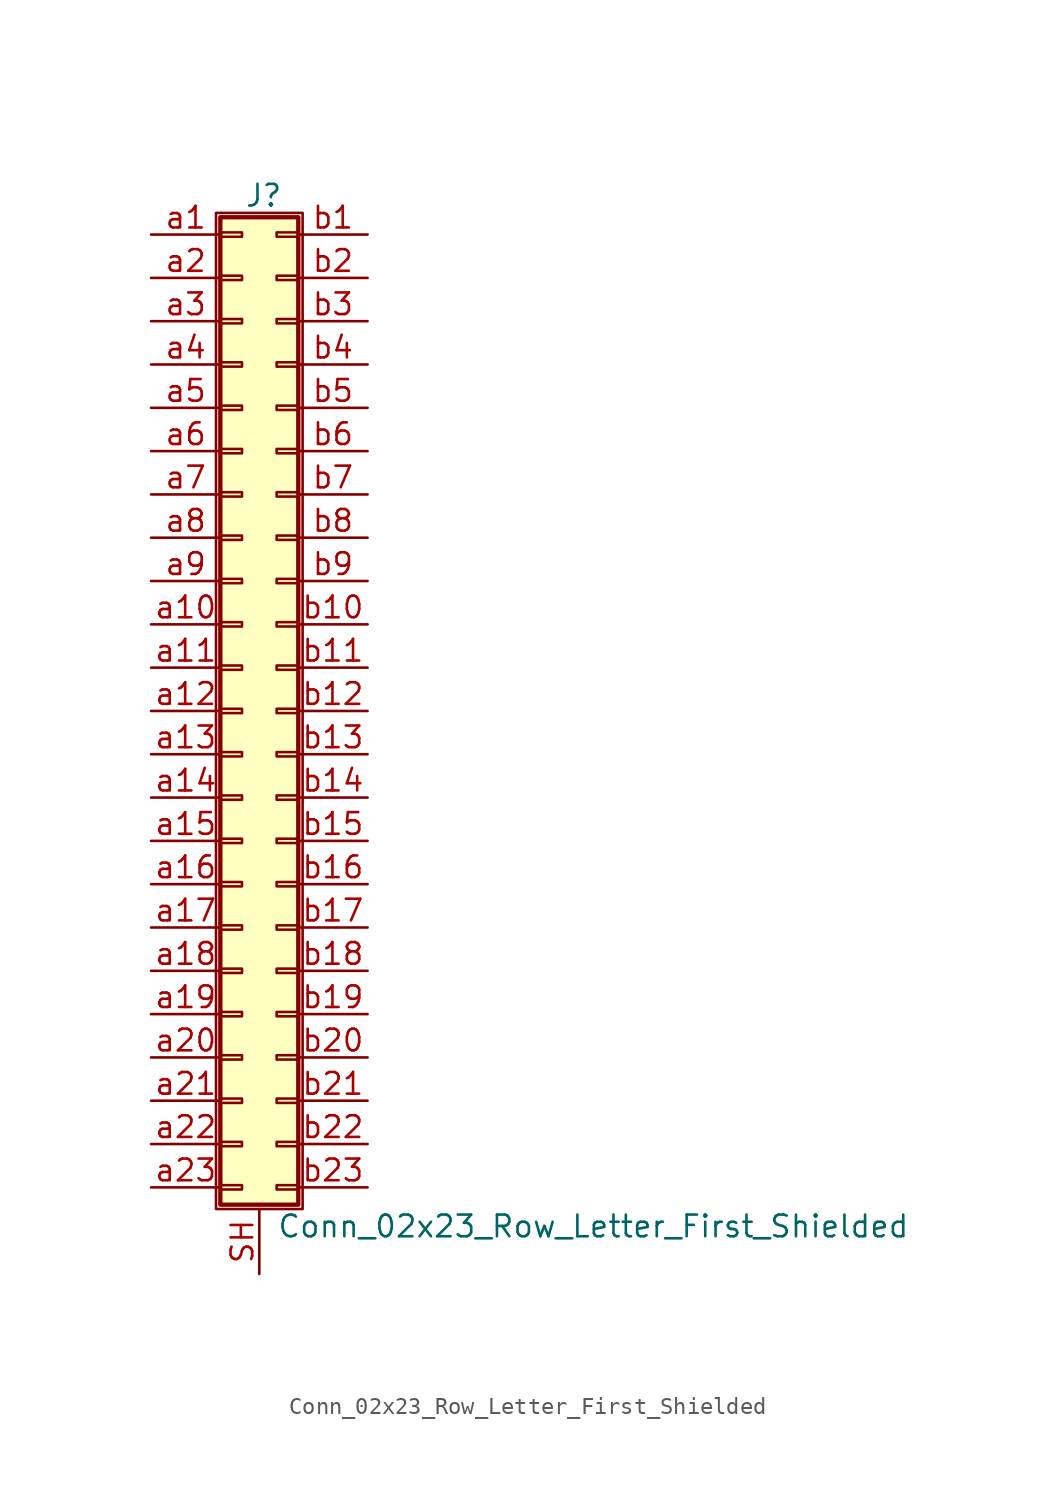
<source format=kicad_sym>
(kicad_symbol_lib
  (version 20201005)
  (generator kicad_symbol_editor)
  (symbol "Conn_02x23_Row_Letter_First_Shielded"
    (pin_names
      (offset 1.016) hide)
    (property "Reference" "J"
      (at 1.524 30.226 0)
      (effects (font (size 1.27 1.27))))
    (property "Value" "Conn_02x23_Row_Letter_First_Shielded"
      (at 2.286 -30.226 0)
      (effects (font (size 1.27 1.27)) (justify left)))
    (symbol "Conn_02x23_Row_Letter_First_Shielded_1_1"
      (rectangle (start -1.27 29.21) (end 3.81 -29.21) (stroke (width 0.152)) (fill (type none)))
      (rectangle (start -1.016 -27.813) (end 0.254 -28.067) (stroke (width 0.152)) (fill (type none)))
      (rectangle (start -1.016 -25.273) (end 0.254 -25.527) (stroke (width 0.152)) (fill (type none)))
      (rectangle (start -1.016 -22.733) (end 0.254 -22.987) (stroke (width 0.152)) (fill (type none)))
      (rectangle (start -1.016 -20.193) (end 0.254 -20.447) (stroke (width 0.152)) (fill (type none)))
      (rectangle (start -1.016 -17.653) (end 0.254 -17.907) (stroke (width 0.152)) (fill (type none)))
      (rectangle (start -1.016 -15.113) (end 0.254 -15.367) (stroke (width 0.152)) (fill (type none)))
      (rectangle (start -1.016 -12.573) (end 0.254 -12.827) (stroke (width 0.152)) (fill (type none)))
      (rectangle (start -1.016 -10.033) (end 0.254 -10.287) (stroke (width 0.152)) (fill (type none)))
      (rectangle (start -1.016 -7.493) (end 0.254 -7.747) (stroke (width 0.152)) (fill (type none)))
      (rectangle (start -1.016 -4.953) (end 0.254 -5.207) (stroke (width 0.152)) (fill (type none)))
      (rectangle (start -1.016 -2.413) (end 0.254 -2.667) (stroke (width 0.152)) (fill (type none)))
      (rectangle (start -1.016 0.127) (end 0.254 -0.127) (stroke (width 0.152)) (fill (type none)))
      (rectangle (start -1.016 2.667) (end 0.254 2.413) (stroke (width 0.152)) (fill (type none)))
      (rectangle (start -1.016 5.207) (end 0.254 4.953) (stroke (width 0.152)) (fill (type none)))
      (rectangle (start -1.016 7.747) (end 0.254 7.493) (stroke (width 0.152)) (fill (type none)))
      (rectangle (start -1.016 10.287) (end 0.254 10.033) (stroke (width 0.152)) (fill (type none)))
      (rectangle (start -1.016 12.827) (end 0.254 12.573) (stroke (width 0.152)) (fill (type none)))
      (rectangle (start -1.016 15.367) (end 0.254 15.113) (stroke (width 0.152)) (fill (type none)))
      (rectangle (start -1.016 17.907) (end 0.254 17.653) (stroke (width 0.152)) (fill (type none)))
      (rectangle (start -1.016 20.447) (end 0.254 20.193) (stroke (width 0.152)) (fill (type none)))
      (rectangle (start -1.016 22.987) (end 0.254 22.733) (stroke (width 0.152)) (fill (type none)))
      (rectangle (start -1.016 25.527) (end 0.254 25.273) (stroke (width 0.152)) (fill (type none)))
      (rectangle (start -1.016 28.067) (end 0.254 27.813) (stroke (width 0.152)) (fill (type none)))
      (rectangle (start 3.556 -27.813) (end 2.286 -28.067) (stroke (width 0.152)) (fill (type none)))
      (rectangle (start 3.556 -25.273) (end 2.286 -25.527) (stroke (width 0.152)) (fill (type none)))
      (rectangle (start 3.556 -22.733) (end 2.286 -22.987) (stroke (width 0.152)) (fill (type none)))
      (rectangle (start 3.556 -20.193) (end 2.286 -20.447) (stroke (width 0.152)) (fill (type none)))
      (rectangle (start 3.556 -17.653) (end 2.286 -17.907) (stroke (width 0.152)) (fill (type none)))
      (rectangle (start 3.556 -15.113) (end 2.286 -15.367) (stroke (width 0.152)) (fill (type none)))
      (rectangle (start 3.556 -12.573) (end 2.286 -12.827) (stroke (width 0.152)) (fill (type none)))
      (rectangle (start 3.556 -10.033) (end 2.286 -10.287) (stroke (width 0.152)) (fill (type none)))
      (rectangle (start 3.556 -7.493) (end 2.286 -7.747) (stroke (width 0.152)) (fill (type none)))
      (rectangle (start 3.556 -4.953) (end 2.286 -5.207) (stroke (width 0.152)) (fill (type none)))
      (rectangle (start 3.556 -2.413) (end 2.286 -2.667) (stroke (width 0.152)) (fill (type none)))
      (rectangle (start 3.556 0.127) (end 2.286 -0.127) (stroke (width 0.152)) (fill (type none)))
      (rectangle (start 3.556 2.667) (end 2.286 2.413) (stroke (width 0.152)) (fill (type none)))
      (rectangle (start 3.556 5.207) (end 2.286 4.953) (stroke (width 0.152)) (fill (type none)))
      (rectangle (start 3.556 7.747) (end 2.286 7.493) (stroke (width 0.152)) (fill (type none)))
      (rectangle (start 3.556 10.287) (end 2.286 10.033) (stroke (width 0.152)) (fill (type none)))
      (rectangle (start 3.556 12.827) (end 2.286 12.573) (stroke (width 0.152)) (fill (type none)))
      (rectangle (start 3.556 15.367) (end 2.286 15.113) (stroke (width 0.152)) (fill (type none)))
      (rectangle (start 3.556 17.907) (end 2.286 17.653) (stroke (width 0.152)) (fill (type none)))
      (rectangle (start 3.556 20.447) (end 2.286 20.193) (stroke (width 0.152)) (fill (type none)))
      (rectangle (start 3.556 22.987) (end 2.286 22.733) (stroke (width 0.152)) (fill (type none)))
      (rectangle (start 3.556 25.527) (end 2.286 25.273) (stroke (width 0.152)) (fill (type none)))
      (rectangle (start 3.556 28.067) (end 2.286 27.813) (stroke (width 0.152)) (fill (type none)))
      (rectangle (start -1.016 28.956) (end 3.556 -28.956) (stroke (width 0.254)) (fill (type background)))
      (pin passive line (at 1.27 -33.02 90) (length 3.81) (name "Shield" (effects (font (size 1.27 1.27)))) (number "SH" (effects (font (size 1.27 1.27)))))
      (pin passive line (at -5.08 27.94 0) (length 4.064) (name "Pin_a1" (effects (font (size 1.27 1.27)))) (number "a1" (effects (font (size 1.27 1.27)))))
      (pin passive line (at -5.08 5.08 0) (length 4.064) (name "Pin_a10" (effects (font (size 1.27 1.27)))) (number "a10" (effects (font (size 1.27 1.27)))))
      (pin passive line (at -5.08 2.54 0) (length 4.064) (name "Pin_a11" (effects (font (size 1.27 1.27)))) (number "a11" (effects (font (size 1.27 1.27)))))
      (pin passive line (at -5.08 0 0) (length 4.064) (name "Pin_a12" (effects (font (size 1.27 1.27)))) (number "a12" (effects (font (size 1.27 1.27)))))
      (pin passive line (at -5.08 -2.54 0) (length 4.064) (name "Pin_a13" (effects (font (size 1.27 1.27)))) (number "a13" (effects (font (size 1.27 1.27)))))
      (pin passive line (at -5.08 -5.08 0) (length 4.064) (name "Pin_a14" (effects (font (size 1.27 1.27)))) (number "a14" (effects (font (size 1.27 1.27)))))
      (pin passive line (at -5.08 -7.62 0) (length 4.064) (name "Pin_a15" (effects (font (size 1.27 1.27)))) (number "a15" (effects (font (size 1.27 1.27)))))
      (pin passive line (at -5.08 -10.16 0) (length 4.064) (name "Pin_a16" (effects (font (size 1.27 1.27)))) (number "a16" (effects (font (size 1.27 1.27)))))
      (pin passive line (at -5.08 -12.7 0) (length 4.064) (name "Pin_a17" (effects (font (size 1.27 1.27)))) (number "a17" (effects (font (size 1.27 1.27)))))
      (pin passive line (at -5.08 -15.24 0) (length 4.064) (name "Pin_a18" (effects (font (size 1.27 1.27)))) (number "a18" (effects (font (size 1.27 1.27)))))
      (pin passive line (at -5.08 -17.78 0) (length 4.064) (name "Pin_a19" (effects (font (size 1.27 1.27)))) (number "a19" (effects (font (size 1.27 1.27)))))
      (pin passive line (at -5.08 25.4 0) (length 4.064) (name "Pin_a2" (effects (font (size 1.27 1.27)))) (number "a2" (effects (font (size 1.27 1.27)))))
      (pin passive line (at -5.08 -20.32 0) (length 4.064) (name "Pin_a20" (effects (font (size 1.27 1.27)))) (number "a20" (effects (font (size 1.27 1.27)))))
      (pin passive line (at -5.08 -22.86 0) (length 4.064) (name "Pin_a21" (effects (font (size 1.27 1.27)))) (number "a21" (effects (font (size 1.27 1.27)))))
      (pin passive line (at -5.08 -25.4 0) (length 4.064) (name "Pin_a22" (effects (font (size 1.27 1.27)))) (number "a22" (effects (font (size 1.27 1.27)))))
      (pin passive line (at -5.08 -27.94 0) (length 4.064) (name "Pin_a23" (effects (font (size 1.27 1.27)))) (number "a23" (effects (font (size 1.27 1.27)))))
      (pin passive line (at -5.08 22.86 0) (length 4.064) (name "Pin_a3" (effects (font (size 1.27 1.27)))) (number "a3" (effects (font (size 1.27 1.27)))))
      (pin passive line (at -5.08 20.32 0) (length 4.064) (name "Pin_a4" (effects (font (size 1.27 1.27)))) (number "a4" (effects (font (size 1.27 1.27)))))
      (pin passive line (at -5.08 17.78 0) (length 4.064) (name "Pin_a5" (effects (font (size 1.27 1.27)))) (number "a5" (effects (font (size 1.27 1.27)))))
      (pin passive line (at -5.08 15.24 0) (length 4.064) (name "Pin_a6" (effects (font (size 1.27 1.27)))) (number "a6" (effects (font (size 1.27 1.27)))))
      (pin passive line (at -5.08 12.7 0) (length 4.064) (name "Pin_a7" (effects (font (size 1.27 1.27)))) (number "a7" (effects (font (size 1.27 1.27)))))
      (pin passive line (at -5.08 10.16 0) (length 4.064) (name "Pin_a8" (effects (font (size 1.27 1.27)))) (number "a8" (effects (font (size 1.27 1.27)))))
      (pin passive line (at -5.08 7.62 0) (length 4.064) (name "Pin_a9" (effects (font (size 1.27 1.27)))) (number "a9" (effects (font (size 1.27 1.27)))))
      (pin passive line (at 7.62 27.94 180) (length 4.064) (name "Pin_b1" (effects (font (size 1.27 1.27)))) (number "b1" (effects (font (size 1.27 1.27)))))
      (pin passive line (at 7.62 5.08 180) (length 4.064) (name "Pin_b10" (effects (font (size 1.27 1.27)))) (number "b10" (effects (font (size 1.27 1.27)))))
      (pin passive line (at 7.62 2.54 180) (length 4.064) (name "Pin_b11" (effects (font (size 1.27 1.27)))) (number "b11" (effects (font (size 1.27 1.27)))))
      (pin passive line (at 7.62 0 180) (length 4.064) (name "Pin_b12" (effects (font (size 1.27 1.27)))) (number "b12" (effects (font (size 1.27 1.27)))))
      (pin passive line (at 7.62 -2.54 180) (length 4.064) (name "Pin_b13" (effects (font (size 1.27 1.27)))) (number "b13" (effects (font (size 1.27 1.27)))))
      (pin passive line (at 7.62 -5.08 180) (length 4.064) (name "Pin_b14" (effects (font (size 1.27 1.27)))) (number "b14" (effects (font (size 1.27 1.27)))))
      (pin passive line (at 7.62 -7.62 180) (length 4.064) (name "Pin_b15" (effects (font (size 1.27 1.27)))) (number "b15" (effects (font (size 1.27 1.27)))))
      (pin passive line (at 7.62 -10.16 180) (length 4.064) (name "Pin_b16" (effects (font (size 1.27 1.27)))) (number "b16" (effects (font (size 1.27 1.27)))))
      (pin passive line (at 7.62 -12.7 180) (length 4.064) (name "Pin_b17" (effects (font (size 1.27 1.27)))) (number "b17" (effects (font (size 1.27 1.27)))))
      (pin passive line (at 7.62 -15.24 180) (length 4.064) (name "Pin_b18" (effects (font (size 1.27 1.27)))) (number "b18" (effects (font (size 1.27 1.27)))))
      (pin passive line (at 7.62 -17.78 180) (length 4.064) (name "Pin_b19" (effects (font (size 1.27 1.27)))) (number "b19" (effects (font (size 1.27 1.27)))))
      (pin passive line (at 7.62 25.4 180) (length 4.064) (name "Pin_b2" (effects (font (size 1.27 1.27)))) (number "b2" (effects (font (size 1.27 1.27)))))
      (pin passive line (at 7.62 -20.32 180) (length 4.064) (name "Pin_b20" (effects (font (size 1.27 1.27)))) (number "b20" (effects (font (size 1.27 1.27)))))
      (pin passive line (at 7.62 -22.86 180) (length 4.064) (name "Pin_b21" (effects (font (size 1.27 1.27)))) (number "b21" (effects (font (size 1.27 1.27)))))
      (pin passive line (at 7.62 -25.4 180) (length 4.064) (name "Pin_b22" (effects (font (size 1.27 1.27)))) (number "b22" (effects (font (size 1.27 1.27)))))
      (pin passive line (at 7.62 -27.94 180) (length 4.064) (name "Pin_b23" (effects (font (size 1.27 1.27)))) (number "b23" (effects (font (size 1.27 1.27)))))
      (pin passive line (at 7.62 22.86 180) (length 4.064) (name "Pin_b3" (effects (font (size 1.27 1.27)))) (number "b3" (effects (font (size 1.27 1.27)))))
      (pin passive line (at 7.62 20.32 180) (length 4.064) (name "Pin_b4" (effects (font (size 1.27 1.27)))) (number "b4" (effects (font (size 1.27 1.27)))))
      (pin passive line (at 7.62 17.78 180) (length 4.064) (name "Pin_b5" (effects (font (size 1.27 1.27)))) (number "b5" (effects (font (size 1.27 1.27)))))
      (pin passive line (at 7.62 15.24 180) (length 4.064) (name "Pin_b6" (effects (font (size 1.27 1.27)))) (number "b6" (effects (font (size 1.27 1.27)))))
      (pin passive line (at 7.62 12.7 180) (length 4.064) (name "Pin_b7" (effects (font (size 1.27 1.27)))) (number "b7" (effects (font (size 1.27 1.27)))))
      (pin passive line (at 7.62 10.16 180) (length 4.064) (name "Pin_b8" (effects (font (size 1.27 1.27)))) (number "b8" (effects (font (size 1.27 1.27)))))
      (pin passive line (at 7.62 7.62 180) (length 4.064) (name "Pin_b9" (effects (font (size 1.27 1.27)))) (number "b9" (effects (font (size 1.27 1.27))))))))
</source>
